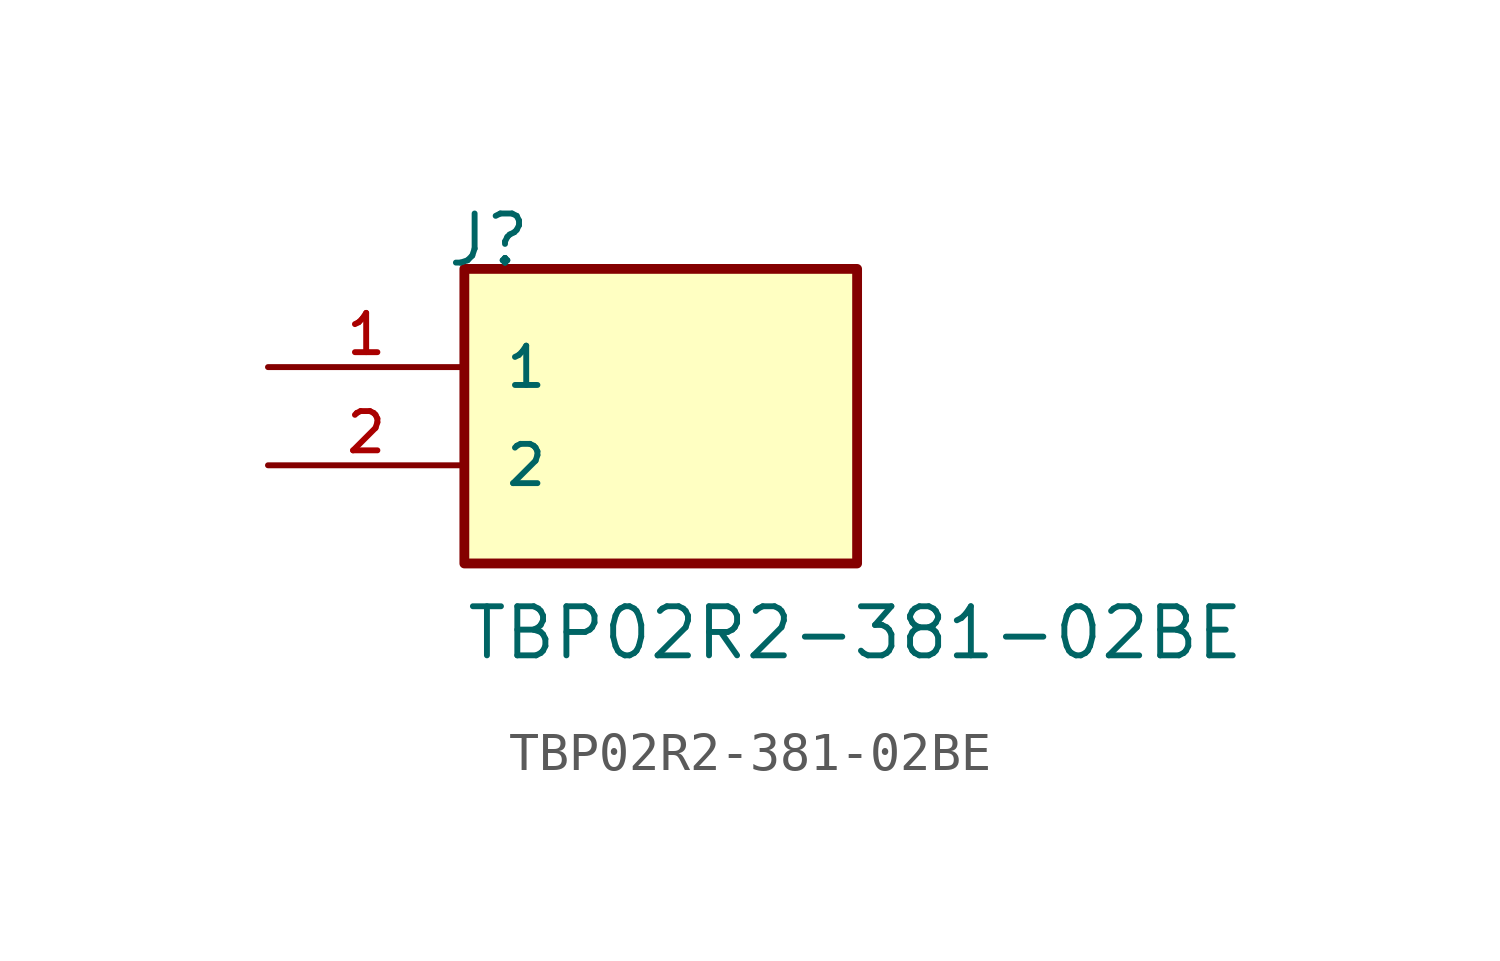
<source format=kicad_sym>
(kicad_symbol_lib
  (version 20211014)
  (generator kicad_symbol_editor)
  (symbol "TBP02R2-381-02BE"
    (pin_names
      (offset 1.016))
    (property "Reference" "J"
      (at -5.58 5.08 0)
      (effects (font (size 1.27 1.27)) (justify bottom left)))
    (property "Value" "TBP02R2-381-02BE"
      (at -5.08 -5.08 0)
      (effects (font (size 1.27 1.27)) (justify bottom left)))
    (symbol "TBP02R2-381-02BE_0_0"
      (rectangle (start -5.08 -2.54) (end 5.08 5.08) (stroke (width 0.254)) (fill (type background)))
      (pin passive line (at -10.16 2.54 0) (length 5.08) (name "1" (effects (font (size 1.016 1.016)))) (number "1" (effects (font (size 1.016 1.016)))))
      (pin passive line (at -10.16 0.0 0) (length 5.08) (name "2" (effects (font (size 1.016 1.016)))) (number "2" (effects (font (size 1.016 1.016))))))))
</source>
